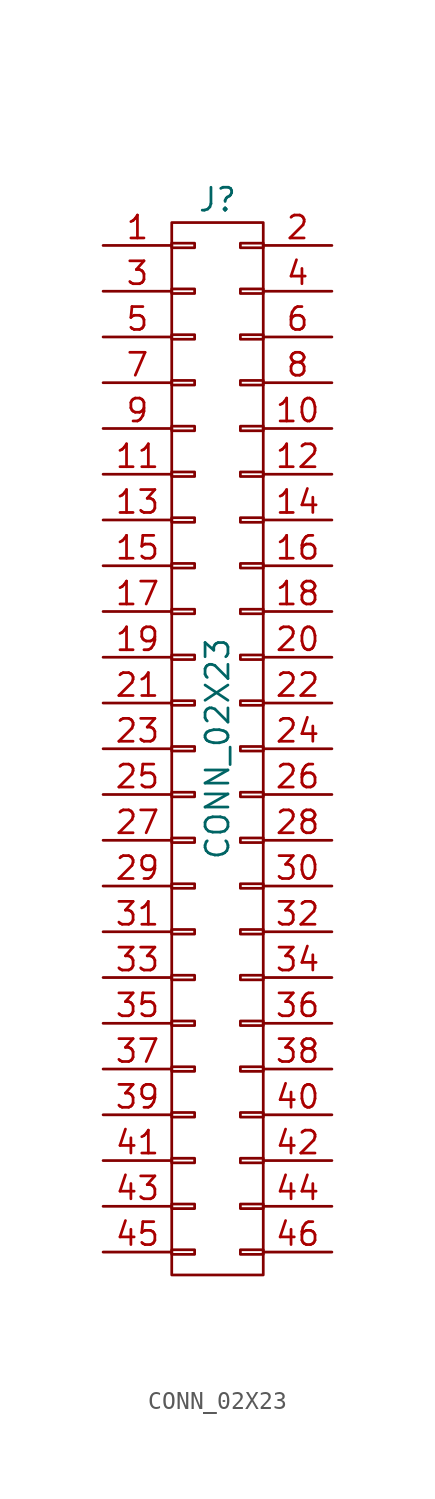
<source format=kicad_sym>
(kicad_symbol_lib
  (version 20211014)
  (generator kicad_symbol_editor)
  (symbol "CONN_02X23"
    (pin_names
      (offset 0.025) hide)
    (property "Reference" "J"
      (at 0 30.48 0)
      (effects (font (size 1.27 1.27))))
    (property "Value" "CONN_02X23"
      (at 0 0 90)
      (effects (font (size 1.27 1.27))))
    (symbol "CONN_02X23_0_1"
      (rectangle (start -2.54 -27.813) (end -1.27 -28.067) (stroke (width 0) (type default) (color 0 0 0 0)) (fill (type none)))
      (rectangle (start -2.54 -25.273) (end -1.27 -25.527) (stroke (width 0) (type default) (color 0 0 0 0)) (fill (type none)))
      (rectangle (start -2.54 -22.733) (end -1.27 -22.987) (stroke (width 0) (type default) (color 0 0 0 0)) (fill (type none)))
      (rectangle (start -2.54 -20.193) (end -1.27 -20.447) (stroke (width 0) (type default) (color 0 0 0 0)) (fill (type none)))
      (rectangle (start -2.54 -17.653) (end -1.27 -17.907) (stroke (width 0) (type default) (color 0 0 0 0)) (fill (type none)))
      (rectangle (start -2.54 -15.113) (end -1.27 -15.367) (stroke (width 0) (type default) (color 0 0 0 0)) (fill (type none)))
      (rectangle (start -2.54 -12.573) (end -1.27 -12.827) (stroke (width 0) (type default) (color 0 0 0 0)) (fill (type none)))
      (rectangle (start -2.54 -10.033) (end -1.27 -10.287) (stroke (width 0) (type default) (color 0 0 0 0)) (fill (type none)))
      (rectangle (start -2.54 -7.493) (end -1.27 -7.747) (stroke (width 0) (type default) (color 0 0 0 0)) (fill (type none)))
      (rectangle (start -2.54 -4.953) (end -1.27 -5.207) (stroke (width 0) (type default) (color 0 0 0 0)) (fill (type none)))
      (rectangle (start -2.54 -2.413) (end -1.27 -2.667) (stroke (width 0) (type default) (color 0 0 0 0)) (fill (type none)))
      (rectangle (start -2.54 0.127) (end -1.27 -0.127) (stroke (width 0) (type default) (color 0 0 0 0)) (fill (type none)))
      (rectangle (start -2.54 2.667) (end -1.27 2.413) (stroke (width 0) (type default) (color 0 0 0 0)) (fill (type none)))
      (rectangle (start -2.54 5.207) (end -1.27 4.953) (stroke (width 0) (type default) (color 0 0 0 0)) (fill (type none)))
      (rectangle (start -2.54 7.747) (end -1.27 7.493) (stroke (width 0) (type default) (color 0 0 0 0)) (fill (type none)))
      (rectangle (start -2.54 10.287) (end -1.27 10.033) (stroke (width 0) (type default) (color 0 0 0 0)) (fill (type none)))
      (rectangle (start -2.54 12.827) (end -1.27 12.573) (stroke (width 0) (type default) (color 0 0 0 0)) (fill (type none)))
      (rectangle (start -2.54 15.367) (end -1.27 15.113) (stroke (width 0) (type default) (color 0 0 0 0)) (fill (type none)))
      (rectangle (start -2.54 17.907) (end -1.27 17.653) (stroke (width 0) (type default) (color 0 0 0 0)) (fill (type none)))
      (rectangle (start -2.54 20.447) (end -1.27 20.193) (stroke (width 0) (type default) (color 0 0 0 0)) (fill (type none)))
      (rectangle (start -2.54 22.987) (end -1.27 22.733) (stroke (width 0) (type default) (color 0 0 0 0)) (fill (type none)))
      (rectangle (start -2.54 25.527) (end -1.27 25.273) (stroke (width 0) (type default) (color 0 0 0 0)) (fill (type none)))
      (rectangle (start -2.54 28.067) (end -1.27 27.813) (stroke (width 0) (type default) (color 0 0 0 0)) (fill (type none)))
      (rectangle (start -2.54 29.21) (end 2.54 -29.21) (stroke (width 0) (type default) (color 0 0 0 0)) (fill (type none)))
      (rectangle (start 1.27 -27.813) (end 2.54 -28.067) (stroke (width 0) (type default) (color 0 0 0 0)) (fill (type none)))
      (rectangle (start 1.27 -25.273) (end 2.54 -25.527) (stroke (width 0) (type default) (color 0 0 0 0)) (fill (type none)))
      (rectangle (start 1.27 -22.733) (end 2.54 -22.987) (stroke (width 0) (type default) (color 0 0 0 0)) (fill (type none)))
      (rectangle (start 1.27 -20.193) (end 2.54 -20.447) (stroke (width 0) (type default) (color 0 0 0 0)) (fill (type none)))
      (rectangle (start 1.27 -17.653) (end 2.54 -17.907) (stroke (width 0) (type default) (color 0 0 0 0)) (fill (type none)))
      (rectangle (start 1.27 -15.113) (end 2.54 -15.367) (stroke (width 0) (type default) (color 0 0 0 0)) (fill (type none)))
      (rectangle (start 1.27 -12.573) (end 2.54 -12.827) (stroke (width 0) (type default) (color 0 0 0 0)) (fill (type none)))
      (rectangle (start 1.27 -10.033) (end 2.54 -10.287) (stroke (width 0) (type default) (color 0 0 0 0)) (fill (type none)))
      (rectangle (start 1.27 -7.493) (end 2.54 -7.747) (stroke (width 0) (type default) (color 0 0 0 0)) (fill (type none)))
      (rectangle (start 1.27 -4.953) (end 2.54 -5.207) (stroke (width 0) (type default) (color 0 0 0 0)) (fill (type none)))
      (rectangle (start 1.27 -2.413) (end 2.54 -2.667) (stroke (width 0) (type default) (color 0 0 0 0)) (fill (type none)))
      (rectangle (start 1.27 0.127) (end 2.54 -0.127) (stroke (width 0) (type default) (color 0 0 0 0)) (fill (type none)))
      (rectangle (start 1.27 2.667) (end 2.54 2.413) (stroke (width 0) (type default) (color 0 0 0 0)) (fill (type none)))
      (rectangle (start 1.27 5.207) (end 2.54 4.953) (stroke (width 0) (type default) (color 0 0 0 0)) (fill (type none)))
      (rectangle (start 1.27 7.747) (end 2.54 7.493) (stroke (width 0) (type default) (color 0 0 0 0)) (fill (type none)))
      (rectangle (start 1.27 10.287) (end 2.54 10.033) (stroke (width 0) (type default) (color 0 0 0 0)) (fill (type none)))
      (rectangle (start 1.27 12.827) (end 2.54 12.573) (stroke (width 0) (type default) (color 0 0 0 0)) (fill (type none)))
      (rectangle (start 1.27 15.367) (end 2.54 15.113) (stroke (width 0) (type default) (color 0 0 0 0)) (fill (type none)))
      (rectangle (start 1.27 17.907) (end 2.54 17.653) (stroke (width 0) (type default) (color 0 0 0 0)) (fill (type none)))
      (rectangle (start 1.27 20.447) (end 2.54 20.193) (stroke (width 0) (type default) (color 0 0 0 0)) (fill (type none)))
      (rectangle (start 1.27 22.987) (end 2.54 22.733) (stroke (width 0) (type default) (color 0 0 0 0)) (fill (type none)))
      (rectangle (start 1.27 25.527) (end 2.54 25.273) (stroke (width 0) (type default) (color 0 0 0 0)) (fill (type none)))
      (rectangle (start 1.27 28.067) (end 2.54 27.813) (stroke (width 0) (type default) (color 0 0 0 0)) (fill (type none))))
    (symbol "CONN_02X23_1_1"
      (pin passive line (at -6.35 27.94 0) (length 3.81) (name "P1" (effects (font (size 1.27 1.27)))) (number "1" (effects (font (size 1.27 1.27)))))
      (pin passive line (at 6.35 17.78 180) (length 3.81) (name "P10" (effects (font (size 1.27 1.27)))) (number "10" (effects (font (size 1.27 1.27)))))
      (pin passive line (at -6.35 15.24 0) (length 3.81) (name "P11" (effects (font (size 1.27 1.27)))) (number "11" (effects (font (size 1.27 1.27)))))
      (pin passive line (at 6.35 15.24 180) (length 3.81) (name "P12" (effects (font (size 1.27 1.27)))) (number "12" (effects (font (size 1.27 1.27)))))
      (pin passive line (at -6.35 12.7 0) (length 3.81) (name "P13" (effects (font (size 1.27 1.27)))) (number "13" (effects (font (size 1.27 1.27)))))
      (pin passive line (at 6.35 12.7 180) (length 3.81) (name "P14" (effects (font (size 1.27 1.27)))) (number "14" (effects (font (size 1.27 1.27)))))
      (pin passive line (at -6.35 10.16 0) (length 3.81) (name "P15" (effects (font (size 1.27 1.27)))) (number "15" (effects (font (size 1.27 1.27)))))
      (pin passive line (at 6.35 10.16 180) (length 3.81) (name "P16" (effects (font (size 1.27 1.27)))) (number "16" (effects (font (size 1.27 1.27)))))
      (pin passive line (at -6.35 7.62 0) (length 3.81) (name "P17" (effects (font (size 1.27 1.27)))) (number "17" (effects (font (size 1.27 1.27)))))
      (pin passive line (at 6.35 7.62 180) (length 3.81) (name "P18" (effects (font (size 1.27 1.27)))) (number "18" (effects (font (size 1.27 1.27)))))
      (pin passive line (at -6.35 5.08 0) (length 3.81) (name "P19" (effects (font (size 1.27 1.27)))) (number "19" (effects (font (size 1.27 1.27)))))
      (pin passive line (at 6.35 27.94 180) (length 3.81) (name "P2" (effects (font (size 1.27 1.27)))) (number "2" (effects (font (size 1.27 1.27)))))
      (pin passive line (at 6.35 5.08 180) (length 3.81) (name "P20" (effects (font (size 1.27 1.27)))) (number "20" (effects (font (size 1.27 1.27)))))
      (pin passive line (at -6.35 2.54 0) (length 3.81) (name "P21" (effects (font (size 1.27 1.27)))) (number "21" (effects (font (size 1.27 1.27)))))
      (pin passive line (at 6.35 2.54 180) (length 3.81) (name "P22" (effects (font (size 1.27 1.27)))) (number "22" (effects (font (size 1.27 1.27)))))
      (pin passive line (at -6.35 0 0) (length 3.81) (name "P23" (effects (font (size 1.27 1.27)))) (number "23" (effects (font (size 1.27 1.27)))))
      (pin passive line (at 6.35 0 180) (length 3.81) (name "P24" (effects (font (size 1.27 1.27)))) (number "24" (effects (font (size 1.27 1.27)))))
      (pin passive line (at -6.35 -2.54 0) (length 3.81) (name "P25" (effects (font (size 1.27 1.27)))) (number "25" (effects (font (size 1.27 1.27)))))
      (pin passive line (at 6.35 -2.54 180) (length 3.81) (name "P26" (effects (font (size 1.27 1.27)))) (number "26" (effects (font (size 1.27 1.27)))))
      (pin passive line (at -6.35 -5.08 0) (length 3.81) (name "P27" (effects (font (size 1.27 1.27)))) (number "27" (effects (font (size 1.27 1.27)))))
      (pin passive line (at 6.35 -5.08 180) (length 3.81) (name "P28" (effects (font (size 1.27 1.27)))) (number "28" (effects (font (size 1.27 1.27)))))
      (pin passive line (at -6.35 -7.62 0) (length 3.81) (name "P29" (effects (font (size 1.27 1.27)))) (number "29" (effects (font (size 1.27 1.27)))))
      (pin passive line (at -6.35 25.4 0) (length 3.81) (name "P3" (effects (font (size 1.27 1.27)))) (number "3" (effects (font (size 1.27 1.27)))))
      (pin passive line (at 6.35 -7.62 180) (length 3.81) (name "P30" (effects (font (size 1.27 1.27)))) (number "30" (effects (font (size 1.27 1.27)))))
      (pin passive line (at -6.35 -10.16 0) (length 3.81) (name "P31" (effects (font (size 1.27 1.27)))) (number "31" (effects (font (size 1.27 1.27)))))
      (pin passive line (at 6.35 -10.16 180) (length 3.81) (name "P32" (effects (font (size 1.27 1.27)))) (number "32" (effects (font (size 1.27 1.27)))))
      (pin passive line (at -6.35 -12.7 0) (length 3.81) (name "P33" (effects (font (size 1.27 1.27)))) (number "33" (effects (font (size 1.27 1.27)))))
      (pin passive line (at 6.35 -12.7 180) (length 3.81) (name "P34" (effects (font (size 1.27 1.27)))) (number "34" (effects (font (size 1.27 1.27)))))
      (pin passive line (at -6.35 -15.24 0) (length 3.81) (name "P35" (effects (font (size 1.27 1.27)))) (number "35" (effects (font (size 1.27 1.27)))))
      (pin passive line (at 6.35 -15.24 180) (length 3.81) (name "P36" (effects (font (size 1.27 1.27)))) (number "36" (effects (font (size 1.27 1.27)))))
      (pin passive line (at -6.35 -17.78 0) (length 3.81) (name "P37" (effects (font (size 1.27 1.27)))) (number "37" (effects (font (size 1.27 1.27)))))
      (pin passive line (at 6.35 -17.78 180) (length 3.81) (name "P38" (effects (font (size 1.27 1.27)))) (number "38" (effects (font (size 1.27 1.27)))))
      (pin passive line (at -6.35 -20.32 0) (length 3.81) (name "P39" (effects (font (size 1.27 1.27)))) (number "39" (effects (font (size 1.27 1.27)))))
      (pin passive line (at 6.35 25.4 180) (length 3.81) (name "P4" (effects (font (size 1.27 1.27)))) (number "4" (effects (font (size 1.27 1.27)))))
      (pin passive line (at 6.35 -20.32 180) (length 3.81) (name "P40" (effects (font (size 1.27 1.27)))) (number "40" (effects (font (size 1.27 1.27)))))
      (pin passive line (at -6.35 -22.86 0) (length 3.81) (name "P41" (effects (font (size 1.27 1.27)))) (number "41" (effects (font (size 1.27 1.27)))))
      (pin passive line (at 6.35 -22.86 180) (length 3.81) (name "P42" (effects (font (size 1.27 1.27)))) (number "42" (effects (font (size 1.27 1.27)))))
      (pin passive line (at -6.35 -25.4 0) (length 3.81) (name "P43" (effects (font (size 1.27 1.27)))) (number "43" (effects (font (size 1.27 1.27)))))
      (pin passive line (at 6.35 -25.4 180) (length 3.81) (name "P44" (effects (font (size 1.27 1.27)))) (number "44" (effects (font (size 1.27 1.27)))))
      (pin passive line (at -6.35 -27.94 0) (length 3.81) (name "P45" (effects (font (size 1.27 1.27)))) (number "45" (effects (font (size 1.27 1.27)))))
      (pin passive line (at 6.35 -27.94 180) (length 3.81) (name "P46" (effects (font (size 1.27 1.27)))) (number "46" (effects (font (size 1.27 1.27)))))
      (pin passive line (at -6.35 22.86 0) (length 3.81) (name "P5" (effects (font (size 1.27 1.27)))) (number "5" (effects (font (size 1.27 1.27)))))
      (pin passive line (at 6.35 22.86 180) (length 3.81) (name "P6" (effects (font (size 1.27 1.27)))) (number "6" (effects (font (size 1.27 1.27)))))
      (pin passive line (at -6.35 20.32 0) (length 3.81) (name "P7" (effects (font (size 1.27 1.27)))) (number "7" (effects (font (size 1.27 1.27)))))
      (pin passive line (at 6.35 20.32 180) (length 3.81) (name "P8" (effects (font (size 1.27 1.27)))) (number "8" (effects (font (size 1.27 1.27)))))
      (pin passive line (at -6.35 17.78 0) (length 3.81) (name "P9" (effects (font (size 1.27 1.27)))) (number "9" (effects (font (size 1.27 1.27))))))))
</source>
